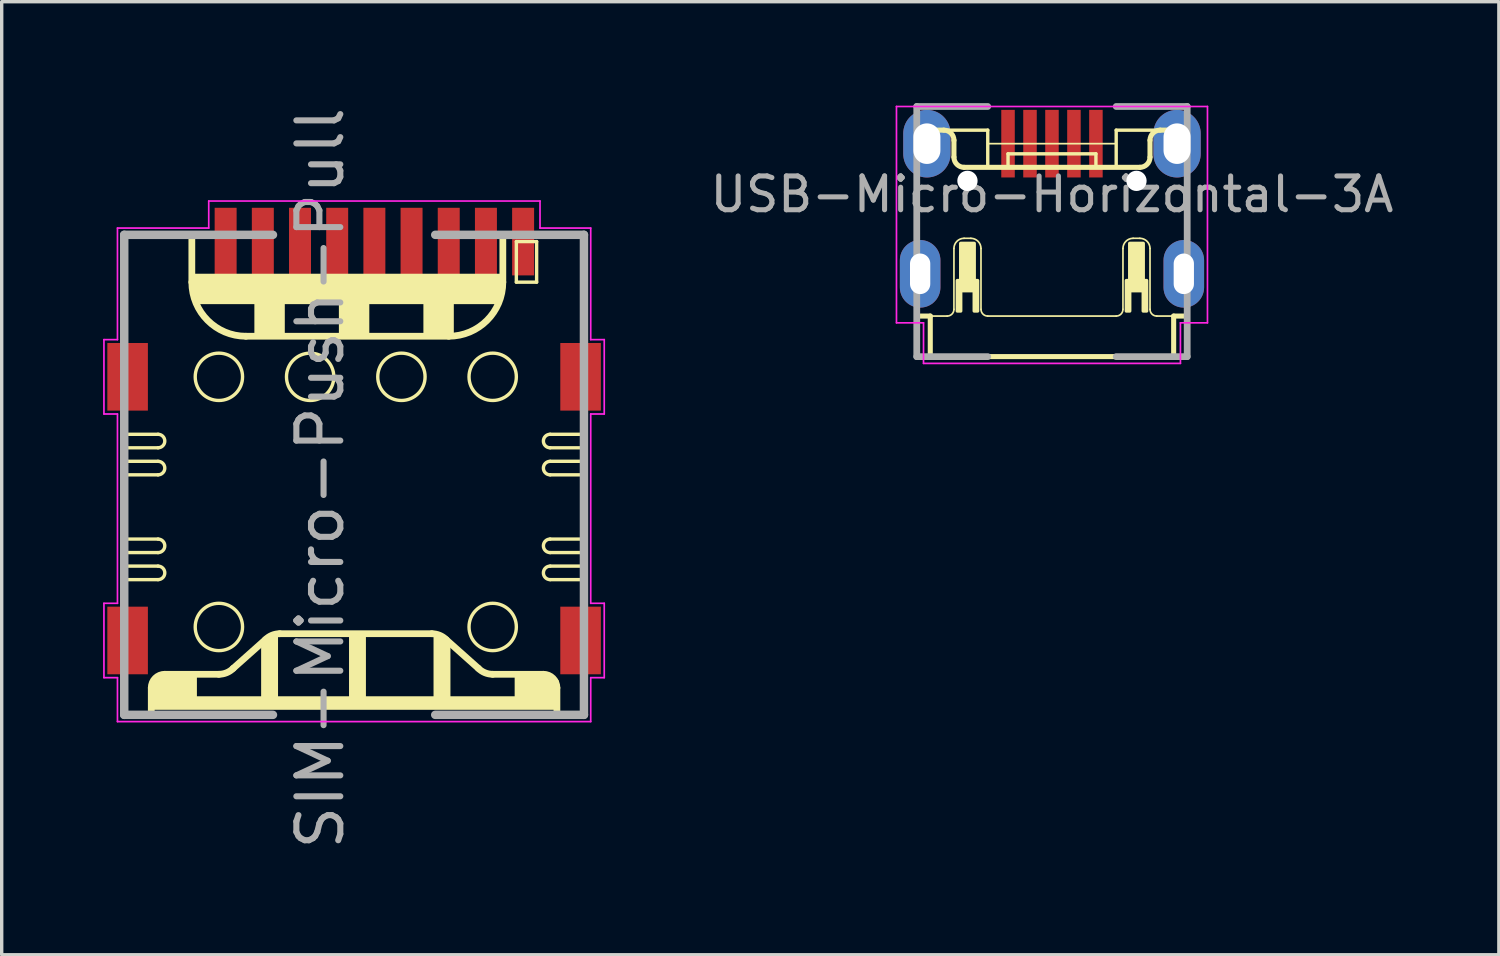
<source format=kicad_pcb>
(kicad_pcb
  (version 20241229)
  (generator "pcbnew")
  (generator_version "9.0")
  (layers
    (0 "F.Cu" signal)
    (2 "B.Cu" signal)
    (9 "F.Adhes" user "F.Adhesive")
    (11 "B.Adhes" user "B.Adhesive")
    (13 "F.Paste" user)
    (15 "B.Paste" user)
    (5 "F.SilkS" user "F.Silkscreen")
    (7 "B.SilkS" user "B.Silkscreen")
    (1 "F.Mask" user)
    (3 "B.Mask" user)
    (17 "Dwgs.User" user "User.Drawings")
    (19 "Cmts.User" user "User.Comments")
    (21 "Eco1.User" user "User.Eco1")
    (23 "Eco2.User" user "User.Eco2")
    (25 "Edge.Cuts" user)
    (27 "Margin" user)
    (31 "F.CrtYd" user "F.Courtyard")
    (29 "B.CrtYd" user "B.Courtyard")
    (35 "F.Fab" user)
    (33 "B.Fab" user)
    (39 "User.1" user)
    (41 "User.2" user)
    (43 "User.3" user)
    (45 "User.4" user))
  (footprint "SIM-Micro-Push-Pull"
    (layer "F.Cu")
    (at 7.425 4.097)
    (property "Reference" "SIM-Micro-Push-Pull" (at -1 7 90) (layer "F.Fab") (effects (font (size 1.3 1.3) (thickness 0.18))))
    (attr through_hole)
    (fp_line (start -6.8 -0.2) (end -6.8 14) (stroke (width 0.2) (type solid)) (layer "F.SilkS"))
    (fp_line (start -6.8 14) (end -6 14) (stroke (width 0.2) (type solid)) (layer "F.SilkS"))
    (fp_line (start -6 14) (end -6 13.2) (stroke (width 0.2) (type solid)) (layer "F.SilkS"))
    (fp_line (start -5.8 5.7) (end -6.8 5.7) (stroke (width 0.1) (type solid)) (layer "F.SilkS"))
    (fp_line (start -5.8 6.1) (end -6.8 6.1) (stroke (width 0.1) (type solid)) (layer "F.SilkS"))
    (fp_line (start -5.8 6.5) (end -6.8 6.5) (stroke (width 0.1) (type solid)) (layer "F.SilkS"))
    (fp_line (start -5.8 6.9) (end -6.8 6.9) (stroke (width 0.1) (type solid)) (layer "F.SilkS"))
    (fp_line (start -5.8 8.8) (end -6.8 8.8) (stroke (width 0.1) (type solid)) (layer "F.SilkS"))
    (fp_line (start -5.8 9.2) (end -6.8 9.2) (stroke (width 0.1) (type solid)) (layer "F.SilkS"))
    (fp_line (start -5.8 9.6) (end -6.8 9.6) (stroke (width 0.1) (type solid)) (layer "F.SilkS"))
    (fp_line (start -5.8 10) (end -6.8 10) (stroke (width 0.1) (type solid)) (layer "F.SilkS"))
    (fp_line (start -5.6 12.8) (end -4 12.8) (stroke (width 0.2) (type solid)) (layer "F.SilkS"))
    (fp_line (start -4.8 -0.2) (end -6.8 -0.2) (stroke (width 0.2) (type solid)) (layer "F.SilkS"))
    (fp_line (start -4.8 1.2) (end -4.8 -0.2) (stroke (width 0.2) (type solid)) (layer "F.SilkS"))
    (fp_line (start -3.576 12.624) (end -2.624 11.776) (stroke (width 0.2) (type solid)) (layer "F.SilkS"))
    (fp_line (start -2.2 11.6) (end 2.3 11.6) (stroke (width 0.2) (type solid)) (layer "F.SilkS"))
    (fp_line (start 2.724 11.776) (end 3.676 12.624) (stroke (width 0.2) (type solid)) (layer "F.SilkS"))
    (fp_line (start 2.8 2.8) (end -3.2 2.8) (stroke (width 0.2) (type solid)) (layer "F.SilkS"))
    (fp_line (start 4.1 12.8) (end 5.6 12.8) (stroke (width 0.2) (type solid)) (layer "F.SilkS"))
    (fp_line (start 4.4 1.2) (end 4.4 -0.2) (stroke (width 0.2) (type solid)) (layer "F.SilkS"))
    (fp_line (start 4.8 0) (end 5.4 0) (stroke (width 0.1) (type solid)) (layer "F.SilkS"))
    (fp_line (start 4.8 1.2) (end 4.8 0) (stroke (width 0.1) (type solid)) (layer "F.SilkS"))
    (fp_line (start 5.4 0) (end 5.4 1.2) (stroke (width 0.1) (type solid)) (layer "F.SilkS"))
    (fp_line (start 5.4 1.2) (end 4.8 1.2) (stroke (width 0.1) (type solid)) (layer "F.SilkS"))
    (fp_line (start 5.8 5.7) (end 6.8 5.7) (stroke (width 0.1) (type solid)) (layer "F.SilkS"))
    (fp_line (start 5.8 6.1) (end 6.8 6.1) (stroke (width 0.1) (type solid)) (layer "F.SilkS"))
    (fp_line (start 5.8 6.5) (end 6.8 6.5) (stroke (width 0.1) (type solid)) (layer "F.SilkS"))
    (fp_line (start 5.8 6.9) (end 6.8 6.9) (stroke (width 0.1) (type solid)) (layer "F.SilkS"))
    (fp_line (start 5.8 8.8) (end 6.8 8.8) (stroke (width 0.1) (type solid)) (layer "F.SilkS"))
    (fp_line (start 5.8 9.2) (end 6.8 9.2) (stroke (width 0.1) (type solid)) (layer "F.SilkS"))
    (fp_line (start 5.8 9.6) (end 6.8 9.6) (stroke (width 0.1) (type solid)) (layer "F.SilkS"))
    (fp_line (start 5.8 10) (end 6.8 10) (stroke (width 0.1) (type solid)) (layer "F.SilkS"))
    (fp_line (start 6 14) (end 6 13.2) (stroke (width 0.2) (type solid)) (layer "F.SilkS"))
    (fp_line (start 6 14) (end 6.8 14) (stroke (width 0.2) (type solid)) (layer "F.SilkS"))
    (fp_line (start 6.8 -0.2) (end 4.4 -0.2) (stroke (width 0.2) (type solid)) (layer "F.SilkS"))
    (fp_line (start 6.8 -0.2) (end 6.8 14) (stroke (width 0.2) (type solid)) (layer "F.SilkS"))
    (fp_arc (start -6 13.2) (mid -5.882843 12.917157) (end -5.6 12.8) (stroke (width 0.2) (type solid)) (layer "F.SilkS"))
    (fp_arc (start -5.8 5.7) (mid -5.6 5.9) (end -5.8 6.1) (stroke (width 0.1) (type solid)) (layer "F.SilkS"))
    (fp_arc (start -5.8 6.5) (mid -5.6 6.7) (end -5.8 6.9) (stroke (width 0.1) (type solid)) (layer "F.SilkS"))
    (fp_arc (start -5.8 8.8) (mid -5.6 9) (end -5.8 9.2) (stroke (width 0.1) (type solid)) (layer "F.SilkS"))
    (fp_arc (start -5.8 9.6) (mid -5.6 9.8) (end -5.8 10) (stroke (width 0.1) (type solid)) (layer "F.SilkS"))
    (fp_arc (start -3.575736 12.624264) (mid -3.77039 12.754328) (end -4 12.8) (stroke (width 0.2) (type solid)) (layer "F.SilkS"))
    (fp_arc (start -3.2 2.8) (mid -4.331371 2.331371) (end -4.8 1.2) (stroke (width 0.2) (type solid)) (layer "F.SilkS"))
    (fp_arc (start -2.624264 11.775736) (mid -2.42961 11.645672) (end -2.2 11.6) (stroke (width 0.2) (type solid)) (layer "F.SilkS"))
    (fp_arc (start 2.3 11.6) (mid 2.52961 11.645672) (end 2.724264 11.775736) (stroke (width 0.2) (type solid)) (layer "F.SilkS"))
    (fp_arc (start 4.1 12.8) (mid 3.87039 12.754328) (end 3.675736 12.624264) (stroke (width 0.2) (type solid)) (layer "F.SilkS"))
    (fp_arc (start 4.4 1.2) (mid 3.931371 2.331371) (end 2.8 2.8) (stroke (width 0.2) (type solid)) (layer "F.SilkS"))
    (fp_arc (start 5.6 12.8) (mid 5.882843 12.917157) (end 6 13.2) (stroke (width 0.2) (type solid)) (layer "F.SilkS"))
    (fp_arc (start 5.8 6.1) (mid 5.6 5.9) (end 5.8 5.7) (stroke (width 0.1) (type solid)) (layer "F.SilkS"))
    (fp_arc (start 5.8 6.9) (mid 5.6 6.7) (end 5.8 6.5) (stroke (width 0.1) (type solid)) (layer "F.SilkS"))
    (fp_arc (start 5.8 9.2) (mid 5.6 9) (end 5.8 8.8) (stroke (width 0.1) (type solid)) (layer "F.SilkS"))
    (fp_arc (start 5.8 10) (mid 5.6 9.8) (end 5.8 9.6) (stroke (width 0.1) (type solid)) (layer "F.SilkS"))
    (fp_circle (center -4 4) (end -3.3 4) (stroke (width 0.1) (type solid)) (fill no) (layer "F.SilkS"))
    (fp_circle (center -4 11.4) (end -3.3 11.4) (stroke (width 0.1) (type solid)) (fill no) (layer "F.SilkS"))
    (fp_circle (center -1.3 4) (end -0.6 4) (stroke (width 0.1) (type solid)) (fill no) (layer "F.SilkS"))
    (fp_circle (center 1.4 4) (end 2.1 4) (stroke (width 0.1) (type solid)) (fill no) (layer "F.SilkS"))
    (fp_circle (center 4.1 4) (end 4.8 4) (stroke (width 0.1) (type solid)) (fill no) (layer "F.SilkS"))
    (fp_circle (center 4.1 11.4) (end 4.8 11.4) (stroke (width 0.1) (type solid)) (fill no) (layer "F.SilkS"))
    (fp_poly (pts (xy 4.4 1.4) (xy 4.3 1.8) (xy 2.9 1.8) (xy 2.9 2.8) (xy 2.1 2.8) (xy 2.1 1.8) (xy 0.4 1.8) (xy 0.4 2.8) (xy -0.4 2.8) (xy -0.4 1.8) (xy -2.1 1.8) (xy -2.1 2.8) (xy -2.9 2.8) (xy -2.9 1.8) (xy -4.6 1.8) (xy -4.7 1.7) (xy -4.8 1.3) (xy -4.8 1) (xy 4.4 1)) (stroke (width 0.1) (type solid)) (fill yes) (layer "F.SilkS"))
    (fp_poly (pts (xy 0.3 13.5) (xy 2.4 13.5) (xy 2.4 11.6) (xy 2.8 11.9) (xy 2.8 13.5) (xy 4.8 13.5) (xy 4.8 12.8) (xy 5.7 12.8) (xy 6 13) (xy 6 13.8) (xy -6 13.8) (xy -6 13.1) (xy -5.9 12.9) (xy -5.6 12.8) (xy -4.7 12.8) (xy -4.7 13.5) (xy -2.7 13.5) (xy -2.7 11.9) (xy -2.3 11.6) (xy -2.3 13.5) (xy -0.1 13.5) (xy -0.1 11.6) (xy 0.3 11.6)) (stroke (width 0.1) (type solid)) (fill yes) (layer "F.SilkS"))
    (fp_line (start -7.4 2.9) (end -7 2.9) (stroke (width 0.05) (type solid)) (layer "F.CrtYd"))
    (fp_line (start -7.4 5.1) (end -7.4 2.9) (stroke (width 0.05) (type solid)) (layer "F.CrtYd"))
    (fp_line (start -7.4 5.1) (end -7 5.1) (stroke (width 0.05) (type solid)) (layer "F.CrtYd"))
    (fp_line (start -7.4 10.7) (end -7 10.7) (stroke (width 0.05) (type solid)) (layer "F.CrtYd"))
    (fp_line (start -7.4 12.9) (end -7.4 10.7) (stroke (width 0.05) (type solid)) (layer "F.CrtYd"))
    (fp_line (start -7.4 12.9) (end -7 12.9) (stroke (width 0.05) (type solid)) (layer "F.CrtYd"))
    (fp_line (start -7 2.9) (end -7 -0.4) (stroke (width 0.05) (type solid)) (layer "F.CrtYd"))
    (fp_line (start -7 10.7) (end -7 5.1) (stroke (width 0.05) (type solid)) (layer "F.CrtYd"))
    (fp_line (start -7 14.2) (end -7 12.9) (stroke (width 0.05) (type solid)) (layer "F.CrtYd"))
    (fp_line (start -4.3 -1.2) (end 5.5 -1.2) (stroke (width 0.05) (type solid)) (layer "F.CrtYd"))
    (fp_line (start -4.3 -0.4) (end -7 -0.4) (stroke (width 0.05) (type solid)) (layer "F.CrtYd"))
    (fp_line (start -4.3 -0.4) (end -4.3 -1.2) (stroke (width 0.05) (type solid)) (layer "F.CrtYd"))
    (fp_line (start 5.5 -0.4) (end 5.5 -1.2) (stroke (width 0.05) (type solid)) (layer "F.CrtYd"))
    (fp_line (start 7 -0.4) (end 5.5 -0.4) (stroke (width 0.05) (type solid)) (layer "F.CrtYd"))
    (fp_line (start 7 2.9) (end 7 -0.4) (stroke (width 0.05) (type solid)) (layer "F.CrtYd"))
    (fp_line (start 7 10.7) (end 7 5.1) (stroke (width 0.05) (type solid)) (layer "F.CrtYd"))
    (fp_line (start 7 14.2) (end -7 14.2) (stroke (width 0.05) (type solid)) (layer "F.CrtYd"))
    (fp_line (start 7 14.2) (end 7 12.9) (stroke (width 0.05) (type solid)) (layer "F.CrtYd"))
    (fp_line (start 7.4 2.9) (end 7 2.9) (stroke (width 0.05) (type solid)) (layer "F.CrtYd"))
    (fp_line (start 7.4 2.9) (end 7.4 5.1) (stroke (width 0.05) (type solid)) (layer "F.CrtYd"))
    (fp_line (start 7.4 5.1) (end 7 5.1) (stroke (width 0.05) (type solid)) (layer "F.CrtYd"))
    (fp_line (start 7.4 10.7) (end 7 10.7) (stroke (width 0.05) (type solid)) (layer "F.CrtYd"))
    (fp_line (start 7.4 10.7) (end 7.4 12.9) (stroke (width 0.05) (type solid)) (layer "F.CrtYd"))
    (fp_line (start 7.4 12.9) (end 7 12.9) (stroke (width 0.05) (type solid)) (layer "F.CrtYd"))
    (fp_line (start -6.8 -0.2) (end -6.8 14) (stroke (width 0.25) (type solid)) (layer "F.Fab"))
    (fp_line (start -2.4 -0.2) (end -6.8 -0.2) (stroke (width 0.25) (type solid)) (layer "F.Fab"))
    (fp_line (start -2.4 14) (end -6.8 14) (stroke (width 0.25) (type solid)) (layer "F.Fab"))
    (fp_line (start 6.8 -0.2) (end 2.4 -0.2) (stroke (width 0.25) (type solid)) (layer "F.Fab"))
    (fp_line (start 6.8 -0.2) (end 6.8 14) (stroke (width 0.25) (type solid)) (layer "F.Fab"))
    (fp_line (start 6.8 14) (end 2.4 14) (stroke (width 0.25) (type solid)) (layer "F.Fab"))
    (pad "" smd rect (at -6.7 4) (size 1.2 2) (layers "F.Cu" "F.Mask" "F.Paste"))
    (pad "" smd rect (at -6.7 11.8) (size 1.2 2) (layers "F.Cu" "F.Mask" "F.Paste"))
    (pad "" smd rect (at 6.7 4) (size 1.2 2) (layers "F.Cu" "F.Mask" "F.Paste"))
    (pad "" smd rect (at 6.7 11.8) (size 1.2 2) (layers "F.Cu" "F.Mask" "F.Paste"))
    (pad "1" smd rect (at 5 0) (size 0.65 2) (layers "F.Cu" "F.Mask" "F.Paste"))
    (pad "2" smd rect (at 1.7 0) (size 0.65 2) (layers "F.Cu" "F.Mask" "F.Paste"))
    (pad "3" smd rect (at -0.5 0) (size 0.65 2) (layers "F.Cu" "F.Mask" "F.Paste"))
    (pad "4" smd rect (at -2.7 0) (size 0.65 2) (layers "F.Cu" "F.Mask" "F.Paste"))
    (pad "5" smd rect (at 3.9 0) (size 0.65 2) (layers "F.Cu" "F.Mask" "F.Paste"))
    (pad "6" smd rect (at 0.6 0) (size 0.65 2) (layers "F.Cu" "F.Mask" "F.Paste"))
    (pad "7" smd rect (at -1.6 0) (size 0.65 2) (layers "F.Cu" "F.Mask" "F.Paste"))
    (pad "8" smd rect (at -3.8 0) (size 0.65 2) (layers "F.Cu" "F.Mask" "F.Paste"))
    (pad "9" smd rect (at 2.8 0) (size 0.65 2) (layers "F.Cu" "F.Mask" "F.Paste")))
  (footprint "USB-Micro-Horizontal-3A"
    (layer "F.Cu")
    (at 28.07 1.2)
    (property "Reference" "USB-Micro-Horizontal-3A" (at 0 1.5 180) (layer "F.Fab") (effects (font (size 1 1) (thickness 0.15))))
    (attr smd)
    (fp_line (start -4 -0.4) (end -4 5.1) (stroke (width 0.15) (type solid)) (layer "F.SilkS"))
    (fp_line (start -4 -0.4) (end -3.2 -0.4) (stroke (width 0.15) (type solid)) (layer "F.SilkS"))
    (fp_line (start -4 5.1) (end -3.6 5.1) (stroke (width 0.15) (type solid)) (layer "F.SilkS"))
    (fp_line (start -3.6 5.1) (end -3.6 6.3) (stroke (width 0.15) (type solid)) (layer "F.SilkS"))
    (fp_line (start -3.6 5.1) (end -3.1 5.1) (stroke (width 0.05) (type solid)) (layer "F.SilkS"))
    (fp_line (start -3.6 6.3) (end 3.6 6.3) (stroke (width 0.15) (type solid)) (layer "F.SilkS"))
    (fp_line (start -2.9 -0.1) (end -2.9 0.4) (stroke (width 0.15) (type solid)) (layer "F.SilkS"))
    (fp_line (start -2.9 4.9) (end -2.9 3.1) (stroke (width 0.05) (type solid)) (layer "F.SilkS"))
    (fp_line (start -2.6 0.7) (end 2.6 0.7) (stroke (width 0.15) (type solid)) (layer "F.SilkS"))
    (fp_line (start -2.4 2.8) (end -2.6 2.8) (stroke (width 0.05) (type solid)) (layer "F.SilkS"))
    (fp_line (start -2.1 4.9) (end -2.1 3.1) (stroke (width 0.05) (type solid)) (layer "F.SilkS"))
    (fp_line (start -1.9 -0.4) (end -3.2 -0.4) (stroke (width 0.1) (type solid)) (layer "F.SilkS"))
    (fp_line (start -1.9 0.7) (end -1.9 -0.4) (stroke (width 0.1) (type solid)) (layer "F.SilkS"))
    (fp_line (start -1.9 5.1) (end 1.9 5.1) (stroke (width 0.05) (type solid)) (layer "F.SilkS"))
    (fp_line (start -1.3 0.7) (end -1.3 0.3) (stroke (width 0.1) (type solid)) (layer "F.SilkS"))
    (fp_line (start 1.3 0.3) (end -1.3 0.3) (stroke (width 0.1) (type solid)) (layer "F.SilkS"))
    (fp_line (start 1.3 0.7) (end 1.3 0.3) (stroke (width 0.1) (type solid)) (layer "F.SilkS"))
    (fp_line (start 1.9 0) (end -1.9 0) (stroke (width 0.05) (type solid)) (layer "F.SilkS"))
    (fp_line (start 1.9 0.7) (end 1.9 -0.4) (stroke (width 0.1) (type solid)) (layer "F.SilkS"))
    (fp_line (start 2.1 4.9) (end 2.1 3.1) (stroke (width 0.05) (type solid)) (layer "F.SilkS"))
    (fp_line (start 2.6 2.8) (end 2.4 2.8) (stroke (width 0.05) (type solid)) (layer "F.SilkS"))
    (fp_line (start 2.9 -0.1) (end 2.9 0.4) (stroke (width 0.15) (type solid)) (layer "F.SilkS"))
    (fp_line (start 2.9 4.9) (end 2.9 3.1) (stroke (width 0.05) (type solid)) (layer "F.SilkS"))
    (fp_line (start 3.1 5.1) (end 3.6 5.1) (stroke (width 0.05) (type solid)) (layer "F.SilkS"))
    (fp_line (start 3.2 -0.4) (end 1.9 -0.4) (stroke (width 0.1) (type solid)) (layer "F.SilkS"))
    (fp_line (start 3.2 -0.4) (end 4 -0.4) (stroke (width 0.15) (type solid)) (layer "F.SilkS"))
    (fp_line (start 3.6 5.1) (end 3.6 6.3) (stroke (width 0.15) (type solid)) (layer "F.SilkS"))
    (fp_line (start 3.6 5.1) (end 4 5.1) (stroke (width 0.15) (type solid)) (layer "F.SilkS"))
    (fp_line (start 4 -0.4) (end 4 5.1) (stroke (width 0.15) (type solid)) (layer "F.SilkS"))
    (fp_arc (start -3.2 -0.4) (mid -2.987868 -0.312132) (end -2.9 -0.1) (stroke (width 0.15) (type solid)) (layer "F.SilkS"))
    (fp_arc (start -2.9 3.1) (mid -2.812132 2.887868) (end -2.6 2.8) (stroke (width 0.05) (type solid)) (layer "F.SilkS"))
    (fp_arc (start -2.9 4.9) (mid -2.958579 5.041421) (end -3.1 5.1) (stroke (width 0.05) (type solid)) (layer "F.SilkS"))
    (fp_arc (start -2.6 0.7) (mid -2.812132 0.612132) (end -2.9 0.4) (stroke (width 0.15) (type solid)) (layer "F.SilkS"))
    (fp_arc (start -2.4 2.8) (mid -2.187868 2.887868) (end -2.1 3.1) (stroke (width 0.05) (type solid)) (layer "F.SilkS"))
    (fp_arc (start -1.9 5.1) (mid -2.041421 5.041421) (end -2.1 4.9) (stroke (width 0.05) (type solid)) (layer "F.SilkS"))
    (fp_arc (start 2.1 3.1) (mid 2.187868 2.887868) (end 2.4 2.8) (stroke (width 0.05) (type solid)) (layer "F.SilkS"))
    (fp_arc (start 2.1 4.9) (mid 2.041421 5.041421) (end 1.9 5.1) (stroke (width 0.05) (type solid)) (layer "F.SilkS"))
    (fp_arc (start 2.6 2.8) (mid 2.812132 2.887868) (end 2.9 3.1) (stroke (width 0.05) (type solid)) (layer "F.SilkS"))
    (fp_arc (start 2.9 -0.1) (mid 2.987868 -0.312132) (end 3.2 -0.4) (stroke (width 0.15) (type solid)) (layer "F.SilkS"))
    (fp_arc (start 2.9 0.4) (mid 2.812132 0.612132) (end 2.6 0.7) (stroke (width 0.15) (type solid)) (layer "F.SilkS"))
    (fp_arc (start 3.1 5.1) (mid 2.958579 5.041421) (end 2.9 4.9) (stroke (width 0.05) (type solid)) (layer "F.SilkS"))
    (fp_poly (pts (xy -2.3 4.05) (xy -2.2 4.05) (xy -2.2 4.95) (xy -2.3 4.95) (xy -2.3 4.35) (xy -2.7 4.35) (xy -2.7 4.95) (xy -2.8 4.95) (xy -2.8 4.05) (xy -2.7 4.05) (xy -2.7 2.95) (xy -2.3 2.95)) (stroke (width 0.1) (type solid)) (fill yes) (layer "F.SilkS"))
    (fp_poly (pts (xy 2.7 4.05) (xy 2.8 4.05) (xy 2.8 4.95) (xy 2.7 4.95) (xy 2.7 4.35) (xy 2.3 4.35) (xy 2.3 4.95) (xy 2.2 4.95) (xy 2.2 4.05) (xy 2.3 4.05) (xy 2.3 2.95) (xy 2.7 2.95)) (stroke (width 0.1) (type solid)) (fill yes) (layer "F.SilkS"))
    (fp_line (start -4.6 -1.1) (end 4.6 -1.1) (stroke (width 0.05) (type solid)) (layer "F.CrtYd"))
    (fp_line (start -4.6 5.3) (end -4.6 -1.1) (stroke (width 0.05) (type solid)) (layer "F.CrtYd"))
    (fp_line (start -3.8 5.3) (end -4.6 5.3) (stroke (width 0.05) (type solid)) (layer "F.CrtYd"))
    (fp_line (start -3.8 5.3) (end -3.8 6.5) (stroke (width 0.05) (type solid)) (layer "F.CrtYd"))
    (fp_line (start 3.8 5.3) (end 3.8 6.5) (stroke (width 0.05) (type solid)) (layer "F.CrtYd"))
    (fp_line (start 3.8 6.5) (end -3.8 6.5) (stroke (width 0.05) (type solid)) (layer "F.CrtYd"))
    (fp_line (start 4.6 5.3) (end 3.8 5.3) (stroke (width 0.05) (type solid)) (layer "F.CrtYd"))
    (fp_line (start 4.6 5.3) (end 4.6 -1.1) (stroke (width 0.05) (type solid)) (layer "F.CrtYd"))
    (fp_line (start -4 -1.1) (end -1.9 -1.1) (stroke (width 0.2) (type solid)) (layer "F.Fab"))
    (fp_line (start -4 6.3) (end -4 -1.1) (stroke (width 0.2) (type solid)) (layer "F.Fab"))
    (fp_line (start -4 6.3) (end -1.9 6.3) (stroke (width 0.2) (type solid)) (layer "F.Fab"))
    (fp_line (start 1.9 -1.1) (end 4 -1.1) (stroke (width 0.2) (type solid)) (layer "F.Fab"))
    (fp_line (start 1.9 6.3) (end 4 6.3) (stroke (width 0.2) (type solid)) (layer "F.Fab"))
    (fp_line (start 4 6.3) (end 4 -1.1) (stroke (width 0.2) (type solid)) (layer "F.Fab"))
    (pad "" np_thru_hole circle (at -2.5 1.1 90) (size 0.6 0.6) (drill 0.6) (layers "*.Cu" "*.Mask"))
    (pad "" smd rect (at 0.65 0 90) (size 2 0.4) (layers "F.Cu" "F.Mask" "F.Paste"))
    (pad "" np_thru_hole circle (at 2.5 1.1 90) (size 0.6 0.6) (drill 0.6) (layers "*.Cu" "*.Mask"))
    (pad "0" thru_hole oval (at -3.9 3.85 180) (size 1.2 2) (drill oval 0.6 1.2) (layers "*.Cu" "*.Mask"))
    (pad "0" thru_hole oval (at -3.7 0 180) (size 1.4 2) (drill oval 0.8 1.2) (layers "*.Cu" "*.Mask"))
    (pad "0" thru_hole oval (at 3.7 0 180) (size 1.4 2) (drill oval 0.8 1.2) (layers "*.Cu" "*.Mask"))
    (pad "0" thru_hole oval (at 3.9 3.85 180) (size 1.2 2) (drill oval 0.6 1.2) (layers "*.Cu" "*.Mask"))
    (pad "1" smd rect (at -1.3 0 90) (size 2 0.4) (layers "F.Cu" "F.Mask" "F.Paste"))
    (pad "2" smd rect (at -0.65 0 90) (size 2 0.4) (layers "F.Cu" "F.Mask" "F.Paste"))
    (pad "3" smd rect (at 0 0 90) (size 2 0.4) (layers "F.Cu" "F.Mask" "F.Paste"))
    (pad "4" smd rect (at 1.3 0 90) (size 2 0.4) (layers "F.Cu" "F.Mask" "F.Paste")))
  (gr_rect
    (start -3 -3)
    (end 41.29 25.194)
    (stroke (width 0.1) (type default))
    (fill no)
    (layer "Edge.Cuts")))
</source>
